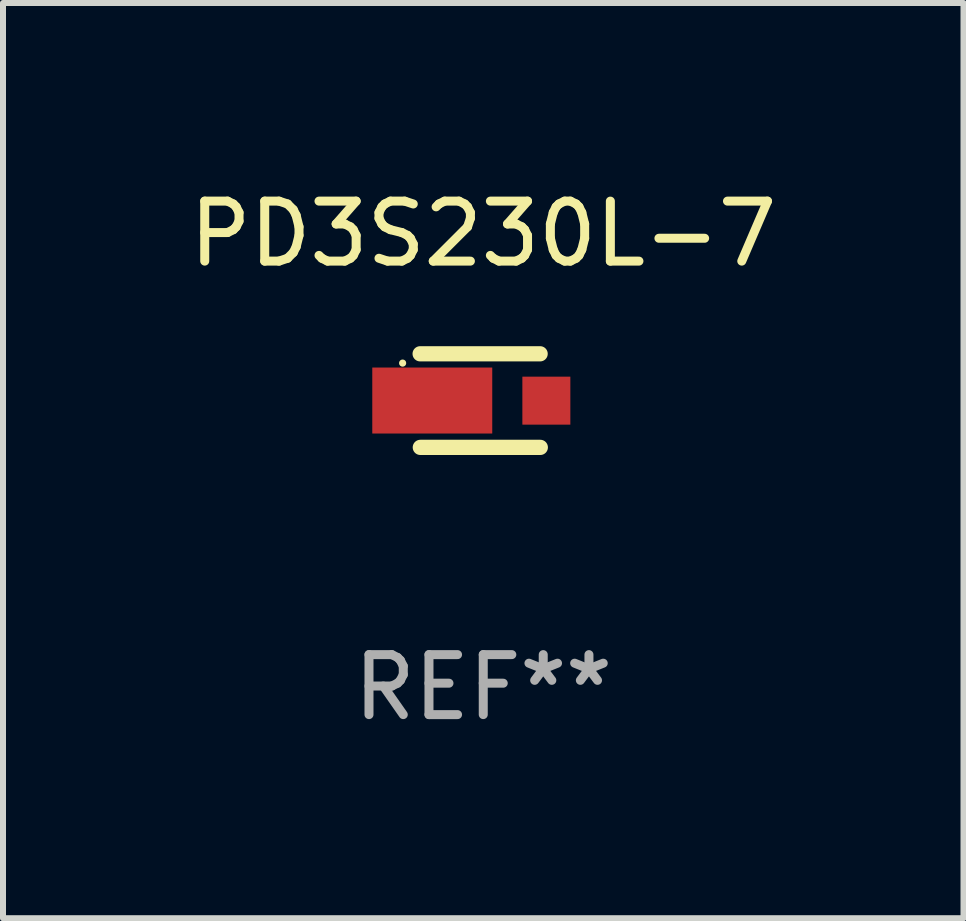
<source format=kicad_pcb>
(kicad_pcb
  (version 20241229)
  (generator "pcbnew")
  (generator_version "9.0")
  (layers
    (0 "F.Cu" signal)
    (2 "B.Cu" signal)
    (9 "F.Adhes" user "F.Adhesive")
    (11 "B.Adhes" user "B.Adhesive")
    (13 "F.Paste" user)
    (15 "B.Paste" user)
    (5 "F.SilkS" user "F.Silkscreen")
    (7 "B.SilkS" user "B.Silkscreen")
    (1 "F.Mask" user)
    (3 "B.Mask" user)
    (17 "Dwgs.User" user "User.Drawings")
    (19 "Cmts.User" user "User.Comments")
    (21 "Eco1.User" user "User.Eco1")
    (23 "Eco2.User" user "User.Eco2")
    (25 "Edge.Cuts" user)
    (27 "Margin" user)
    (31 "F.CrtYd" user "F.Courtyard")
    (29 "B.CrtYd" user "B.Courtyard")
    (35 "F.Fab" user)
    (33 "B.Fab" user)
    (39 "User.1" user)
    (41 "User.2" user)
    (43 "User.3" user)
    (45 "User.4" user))
  (footprint "PD3S230L-7"
    (layer "F.Cu")
    (at 5.006 3.628)
    (property "Reference" "PD3S230L-7" (at 0 -2.78 0) (layer "F.SilkS") (effects (font (size 1 1) (thickness 0.15))))
    (attr through_hole)
    (fp_line (start -1.049 0.78) (end 0.951 0.78) (stroke (width 0.254) (type solid)) (layer "F.SilkS"))
    (fp_line (start 0.948 -0.78) (end -1.052 -0.78) (stroke (width 0.254) (type solid)) (layer "F.SilkS"))
    (fp_circle (center -1.344 -0.625) (end -1.314 -0.625) (stroke (width 0.06) (type solid)) (fill no) (layer "F.SilkS"))
    (fp_text user "REF**" (at 0 4.78 0) (layer "F.Fab") (effects (font (size 1 1) (thickness 0.15))))
    (pad "1" smd rect (at -0.85 -0.001) (size 2 1.1) (layers "F.Cu" "F.Mask" "F.Paste"))
    (pad "2" smd rect (at 1.052 0.001) (size 0.8 0.8) (layers "F.Cu" "F.Mask" "F.Paste")))
  (gr_rect
    (start -3 -3)
    (end 13.012 12.257)
    (stroke (width 0.1) (type default))
    (fill no)
    (layer "Edge.Cuts")))
</source>
